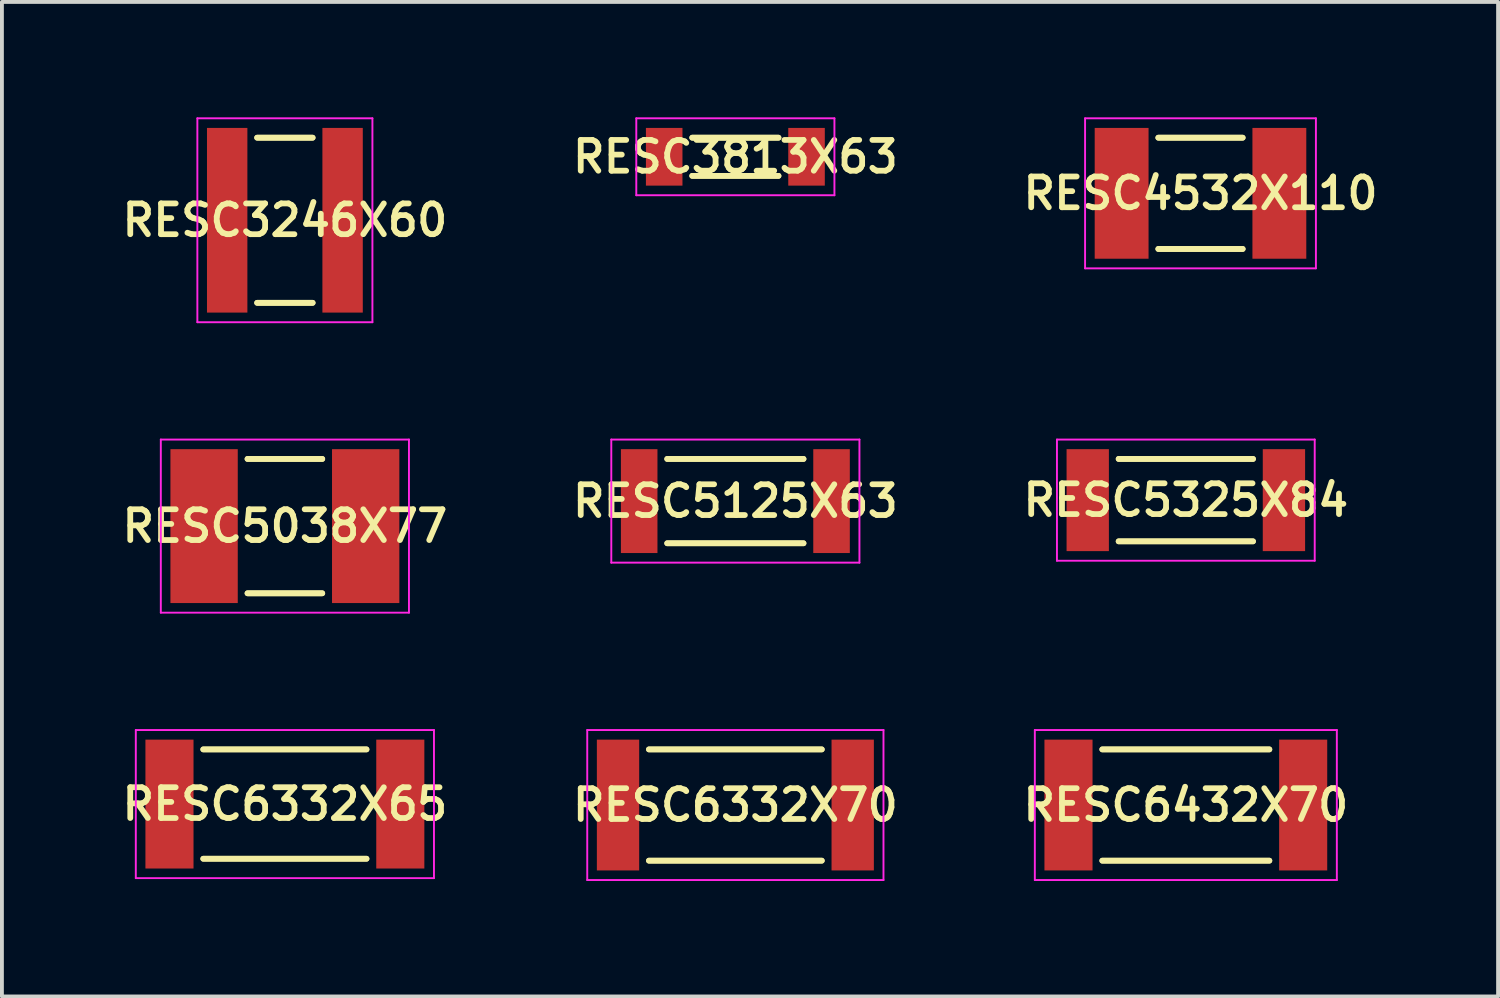
<source format=kicad_pcb>
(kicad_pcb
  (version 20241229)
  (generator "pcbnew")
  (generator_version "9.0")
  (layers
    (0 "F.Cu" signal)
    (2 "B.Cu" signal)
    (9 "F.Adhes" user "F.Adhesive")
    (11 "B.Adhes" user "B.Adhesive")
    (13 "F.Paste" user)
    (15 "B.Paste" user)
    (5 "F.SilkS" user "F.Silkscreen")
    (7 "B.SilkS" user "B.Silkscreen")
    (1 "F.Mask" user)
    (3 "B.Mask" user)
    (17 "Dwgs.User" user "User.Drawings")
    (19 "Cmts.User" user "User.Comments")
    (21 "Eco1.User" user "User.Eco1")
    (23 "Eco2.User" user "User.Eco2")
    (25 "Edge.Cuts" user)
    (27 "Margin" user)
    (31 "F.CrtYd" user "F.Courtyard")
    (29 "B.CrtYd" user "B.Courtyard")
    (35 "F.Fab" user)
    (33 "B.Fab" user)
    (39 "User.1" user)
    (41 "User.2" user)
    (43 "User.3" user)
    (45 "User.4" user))
  (footprint "RESC3246X60"
    (layer "F.Cu")
    (at 4.355 2.675)
    (property "Reference" "RESC3246X60" (at 0 0 0) (layer "F.SilkS") (effects (font (size 0.8 0.8) (thickness 0.15))))
    (attr smd)
    (fp_line (start -0.721 -2.146) (end 0.721 -2.146) (stroke (width 0.15) (type solid)) (layer "F.SilkS"))
    (fp_line (start -0.721 2.146) (end 0.721 2.146) (stroke (width 0.15) (type solid)) (layer "F.SilkS"))
    (fp_line (start 0.721 -2.146) (end -0.721 -2.146) (stroke (width 0.15) (type solid)) (layer "F.SilkS"))
    (fp_line (start 0.721 2.146) (end -0.721 2.146) (stroke (width 0.15) (type solid)) (layer "F.SilkS"))
    (fp_line (start -2.275 -2.65) (end 2.275 -2.65) (stroke (width 0.05) (type solid)) (layer "F.CrtYd"))
    (fp_line (start -2.275 2.65) (end -2.275 -2.65) (stroke (width 0.05) (type solid)) (layer "F.CrtYd"))
    (fp_line (start 2.275 -2.65) (end 2.275 2.65) (stroke (width 0.05) (type solid)) (layer "F.CrtYd"))
    (fp_line (start 2.275 2.65) (end -2.275 2.65) (stroke (width 0.05) (type solid)) (layer "F.CrtYd"))
    (pad "1" smd rect (at -1.5 0) (size 1.05 4.8) (layers "F.Cu" "F.Mask" "F.Paste"))
    (pad "2" smd rect (at 1.5 0) (size 1.05 4.8) (layers "F.Cu" "F.Mask" "F.Paste")))
  (footprint "RESC5125X63"
    (layer "F.Cu")
    (at 16.064 9.975)
    (property "Reference" "RESC5125X63" (at 0 0 0) (layer "F.SilkS") (effects (font (size 0.8 0.8) (thickness 0.15))))
    (attr smd)
    (fp_line (start -1.771 -1.096) (end 1.771 -1.096) (stroke (width 0.15) (type solid)) (layer "F.SilkS"))
    (fp_line (start -1.771 1.096) (end 1.771 1.096) (stroke (width 0.15) (type solid)) (layer "F.SilkS"))
    (fp_line (start 1.771 -1.096) (end -1.771 -1.096) (stroke (width 0.15) (type solid)) (layer "F.SilkS"))
    (fp_line (start 1.771 1.096) (end -1.771 1.096) (stroke (width 0.15) (type solid)) (layer "F.SilkS"))
    (fp_line (start -3.225 -1.6) (end 3.225 -1.6) (stroke (width 0.05) (type solid)) (layer "F.CrtYd"))
    (fp_line (start -3.225 1.6) (end -3.225 -1.6) (stroke (width 0.05) (type solid)) (layer "F.CrtYd"))
    (fp_line (start 3.225 -1.6) (end 3.225 1.6) (stroke (width 0.05) (type solid)) (layer "F.CrtYd"))
    (fp_line (start 3.225 1.6) (end -3.225 1.6) (stroke (width 0.05) (type solid)) (layer "F.CrtYd"))
    (pad "1" smd rect (at -2.5 0) (size 0.95 2.7) (layers "F.Cu" "F.Mask" "F.Paste"))
    (pad "2" smd rect (at 2.5 0) (size 0.95 2.7) (layers "F.Cu" "F.Mask" "F.Paste")))
  (footprint "RESC6332X70"
    (layer "F.Cu")
    (at 16.064 17.875)
    (property "Reference" "RESC6332X70" (at 0 0 0) (layer "F.SilkS") (effects (font (size 0.8 0.8) (thickness 0.15))))
    (attr smd)
    (fp_line (start -2.246 -1.446) (end 2.246 -1.446) (stroke (width 0.15) (type solid)) (layer "F.SilkS"))
    (fp_line (start -2.246 1.446) (end 2.246 1.446) (stroke (width 0.15) (type solid)) (layer "F.SilkS"))
    (fp_line (start 2.246 -1.446) (end -2.246 -1.446) (stroke (width 0.15) (type solid)) (layer "F.SilkS"))
    (fp_line (start 2.246 1.446) (end -2.246 1.446) (stroke (width 0.15) (type solid)) (layer "F.SilkS"))
    (fp_line (start -3.85 -1.95) (end 3.85 -1.95) (stroke (width 0.05) (type solid)) (layer "F.CrtYd"))
    (fp_line (start -3.85 1.95) (end -3.85 -1.95) (stroke (width 0.05) (type solid)) (layer "F.CrtYd"))
    (fp_line (start 3.85 -1.95) (end 3.85 1.95) (stroke (width 0.05) (type solid)) (layer "F.CrtYd"))
    (fp_line (start 3.85 1.95) (end -3.85 1.95) (stroke (width 0.05) (type solid)) (layer "F.CrtYd"))
    (pad "1" smd rect (at -3.05 0) (size 1.1 3.4) (layers "F.Cu" "F.Mask" "F.Paste"))
    (pad "2" smd rect (at 3.05 0) (size 1.1 3.4) (layers "F.Cu" "F.Mask" "F.Paste")))
  (footprint "RESC3813X63"
    (layer "F.Cu")
    (at 16.064 1.025)
    (property "Reference" "RESC3813X63" (at 0 0 0) (layer "F.SilkS") (effects (font (size 0.8 0.8) (thickness 0.15))))
    (attr smd)
    (fp_line (start -1.121 -0.496) (end 1.121 -0.496) (stroke (width 0.15) (type solid)) (layer "F.SilkS"))
    (fp_line (start -1.121 0.496) (end 1.121 0.496) (stroke (width 0.15) (type solid)) (layer "F.SilkS"))
    (fp_line (start 1.121 -0.496) (end -1.121 -0.496) (stroke (width 0.15) (type solid)) (layer "F.SilkS"))
    (fp_line (start 1.121 0.496) (end -1.121 0.496) (stroke (width 0.15) (type solid)) (layer "F.SilkS"))
    (fp_line (start -2.575 -1) (end 2.575 -1) (stroke (width 0.05) (type solid)) (layer "F.CrtYd"))
    (fp_line (start -2.575 1) (end -2.575 -1) (stroke (width 0.05) (type solid)) (layer "F.CrtYd"))
    (fp_line (start 2.575 -1) (end 2.575 1) (stroke (width 0.05) (type solid)) (layer "F.CrtYd"))
    (fp_line (start 2.575 1) (end -2.575 1) (stroke (width 0.05) (type solid)) (layer "F.CrtYd"))
    (pad "1" smd rect (at -1.85 0) (size 0.95 1.5) (layers "F.Cu" "F.Mask" "F.Paste"))
    (pad "2" smd rect (at 1.85 0) (size 0.95 1.5) (layers "F.Cu" "F.Mask" "F.Paste")))
  (footprint "RESC5038X77"
    (layer "F.Cu")
    (at 4.355 10.625)
    (property "Reference" "RESC5038X77" (at 0 0 0) (layer "F.SilkS") (effects (font (size 0.8 0.8) (thickness 0.15))))
    (attr smd)
    (fp_line (start -0.971 -1.746) (end 0.971 -1.746) (stroke (width 0.15) (type solid)) (layer "F.SilkS"))
    (fp_line (start -0.971 1.746) (end 0.971 1.746) (stroke (width 0.15) (type solid)) (layer "F.SilkS"))
    (fp_line (start 0.971 -1.746) (end -0.971 -1.746) (stroke (width 0.15) (type solid)) (layer "F.SilkS"))
    (fp_line (start 0.971 1.746) (end -0.971 1.746) (stroke (width 0.15) (type solid)) (layer "F.SilkS"))
    (fp_line (start -3.225 -2.25) (end 3.225 -2.25) (stroke (width 0.05) (type solid)) (layer "F.CrtYd"))
    (fp_line (start -3.225 2.25) (end -3.225 -2.25) (stroke (width 0.05) (type solid)) (layer "F.CrtYd"))
    (fp_line (start 3.225 -2.25) (end 3.225 2.25) (stroke (width 0.05) (type solid)) (layer "F.CrtYd"))
    (fp_line (start 3.225 2.25) (end -3.225 2.25) (stroke (width 0.05) (type solid)) (layer "F.CrtYd"))
    (pad "1" smd rect (at -2.1 0) (size 1.75 4) (layers "F.Cu" "F.Mask" "F.Paste"))
    (pad "2" smd rect (at 2.1 0) (size 1.75 4) (layers "F.Cu" "F.Mask" "F.Paste")))
  (footprint "RESC6432X70"
    (layer "F.Cu")
    (at 27.773 17.875)
    (property "Reference" "RESC6432X70" (at 0 0 0) (layer "F.SilkS") (effects (font (size 0.8 0.8) (thickness 0.15))))
    (attr smd)
    (fp_line (start -2.171 -1.446) (end 2.171 -1.446) (stroke (width 0.15) (type solid)) (layer "F.SilkS"))
    (fp_line (start -2.171 1.446) (end 2.171 1.446) (stroke (width 0.15) (type solid)) (layer "F.SilkS"))
    (fp_line (start 2.171 -1.446) (end -2.171 -1.446) (stroke (width 0.15) (type solid)) (layer "F.SilkS"))
    (fp_line (start 2.171 1.446) (end -2.171 1.446) (stroke (width 0.15) (type solid)) (layer "F.SilkS"))
    (fp_line (start -3.925 -1.95) (end 3.925 -1.95) (stroke (width 0.05) (type solid)) (layer "F.CrtYd"))
    (fp_line (start -3.925 1.95) (end -3.925 -1.95) (stroke (width 0.05) (type solid)) (layer "F.CrtYd"))
    (fp_line (start 3.925 -1.95) (end 3.925 1.95) (stroke (width 0.05) (type solid)) (layer "F.CrtYd"))
    (fp_line (start 3.925 1.95) (end -3.925 1.95) (stroke (width 0.05) (type solid)) (layer "F.CrtYd"))
    (pad "1" smd rect (at -3.05 0) (size 1.25 3.4) (layers "F.Cu" "F.Mask" "F.Paste"))
    (pad "2" smd rect (at 3.05 0) (size 1.25 3.4) (layers "F.Cu" "F.Mask" "F.Paste")))
  (footprint "RESC4532X110"
    (layer "F.Cu")
    (at 28.154 1.975)
    (property "Reference" "RESC4532X110" (at 0 0 0) (layer "F.SilkS") (effects (font (size 0.8 0.8) (thickness 0.15))))
    (attr smd)
    (fp_line (start -1.096 -1.446) (end 1.096 -1.446) (stroke (width 0.15) (type solid)) (layer "F.SilkS"))
    (fp_line (start -1.096 1.446) (end 1.096 1.446) (stroke (width 0.15) (type solid)) (layer "F.SilkS"))
    (fp_line (start 1.096 -1.446) (end -1.096 -1.446) (stroke (width 0.15) (type solid)) (layer "F.SilkS"))
    (fp_line (start 1.096 1.446) (end -1.096 1.446) (stroke (width 0.15) (type solid)) (layer "F.SilkS"))
    (fp_line (start -3 -1.95) (end 3 -1.95) (stroke (width 0.05) (type solid)) (layer "F.CrtYd"))
    (fp_line (start -3 1.95) (end -3 -1.95) (stroke (width 0.05) (type solid)) (layer "F.CrtYd"))
    (fp_line (start 3 -1.95) (end 3 1.95) (stroke (width 0.05) (type solid)) (layer "F.CrtYd"))
    (fp_line (start 3 1.95) (end -3 1.95) (stroke (width 0.05) (type solid)) (layer "F.CrtYd"))
    (pad "1" smd rect (at -2.05 0) (size 1.4 3.4) (layers "F.Cu" "F.Mask" "F.Paste"))
    (pad "2" smd rect (at 2.05 0) (size 1.4 3.4) (layers "F.Cu" "F.Mask" "F.Paste")))
  (footprint "RESC5325X84"
    (layer "F.Cu")
    (at 27.773 9.95)
    (property "Reference" "RESC5325X84" (at 0 0 0) (layer "F.SilkS") (effects (font (size 0.8 0.8) (thickness 0.15))))
    (attr smd)
    (fp_line (start -1.746 -1.071) (end 1.746 -1.071) (stroke (width 0.15) (type solid)) (layer "F.SilkS"))
    (fp_line (start -1.746 1.071) (end 1.746 1.071) (stroke (width 0.15) (type solid)) (layer "F.SilkS"))
    (fp_line (start 1.746 -1.071) (end -1.746 -1.071) (stroke (width 0.15) (type solid)) (layer "F.SilkS"))
    (fp_line (start 1.746 1.071) (end -1.746 1.071) (stroke (width 0.15) (type solid)) (layer "F.SilkS"))
    (fp_line (start -3.35 -1.575) (end 3.35 -1.575) (stroke (width 0.05) (type solid)) (layer "F.CrtYd"))
    (fp_line (start -3.35 1.575) (end -3.35 -1.575) (stroke (width 0.05) (type solid)) (layer "F.CrtYd"))
    (fp_line (start 3.35 -1.575) (end 3.35 1.575) (stroke (width 0.05) (type solid)) (layer "F.CrtYd"))
    (fp_line (start 3.35 1.575) (end -3.35 1.575) (stroke (width 0.05) (type solid)) (layer "F.CrtYd"))
    (pad "1" smd rect (at -2.55 0) (size 1.1 2.65) (layers "F.Cu" "F.Mask" "F.Paste"))
    (pad "2" smd rect (at 2.55 0) (size 1.1 2.65) (layers "F.Cu" "F.Mask" "F.Paste")))
  (footprint "RESC6332X65"
    (layer "F.Cu")
    (at 4.355 17.85)
    (property "Reference" "RESC6332X65" (at 0 0 0) (layer "F.SilkS") (effects (font (size 0.8 0.8) (thickness 0.15))))
    (attr smd)
    (fp_line (start -2.121 -1.421) (end 2.121 -1.421) (stroke (width 0.15) (type solid)) (layer "F.SilkS"))
    (fp_line (start -2.121 1.421) (end 2.121 1.421) (stroke (width 0.15) (type solid)) (layer "F.SilkS"))
    (fp_line (start 2.121 -1.421) (end -2.121 -1.421) (stroke (width 0.15) (type solid)) (layer "F.SilkS"))
    (fp_line (start 2.121 1.421) (end -2.121 1.421) (stroke (width 0.15) (type solid)) (layer "F.SilkS"))
    (fp_line (start -3.875 -1.925) (end 3.875 -1.925) (stroke (width 0.05) (type solid)) (layer "F.CrtYd"))
    (fp_line (start -3.875 1.925) (end -3.875 -1.925) (stroke (width 0.05) (type solid)) (layer "F.CrtYd"))
    (fp_line (start 3.875 -1.925) (end 3.875 1.925) (stroke (width 0.05) (type solid)) (layer "F.CrtYd"))
    (fp_line (start 3.875 1.925) (end -3.875 1.925) (stroke (width 0.05) (type solid)) (layer "F.CrtYd"))
    (pad "1" smd rect (at -3 0) (size 1.25 3.35) (layers "F.Cu" "F.Mask" "F.Paste"))
    (pad "2" smd rect (at 3 0) (size 1.25 3.35) (layers "F.Cu" "F.Mask" "F.Paste")))
  (gr_rect
    (start -3 -3)
    (end 35.889 22.85)
    (stroke (width 0.1) (type default))
    (fill no)
    (layer "Edge.Cuts")))
</source>
